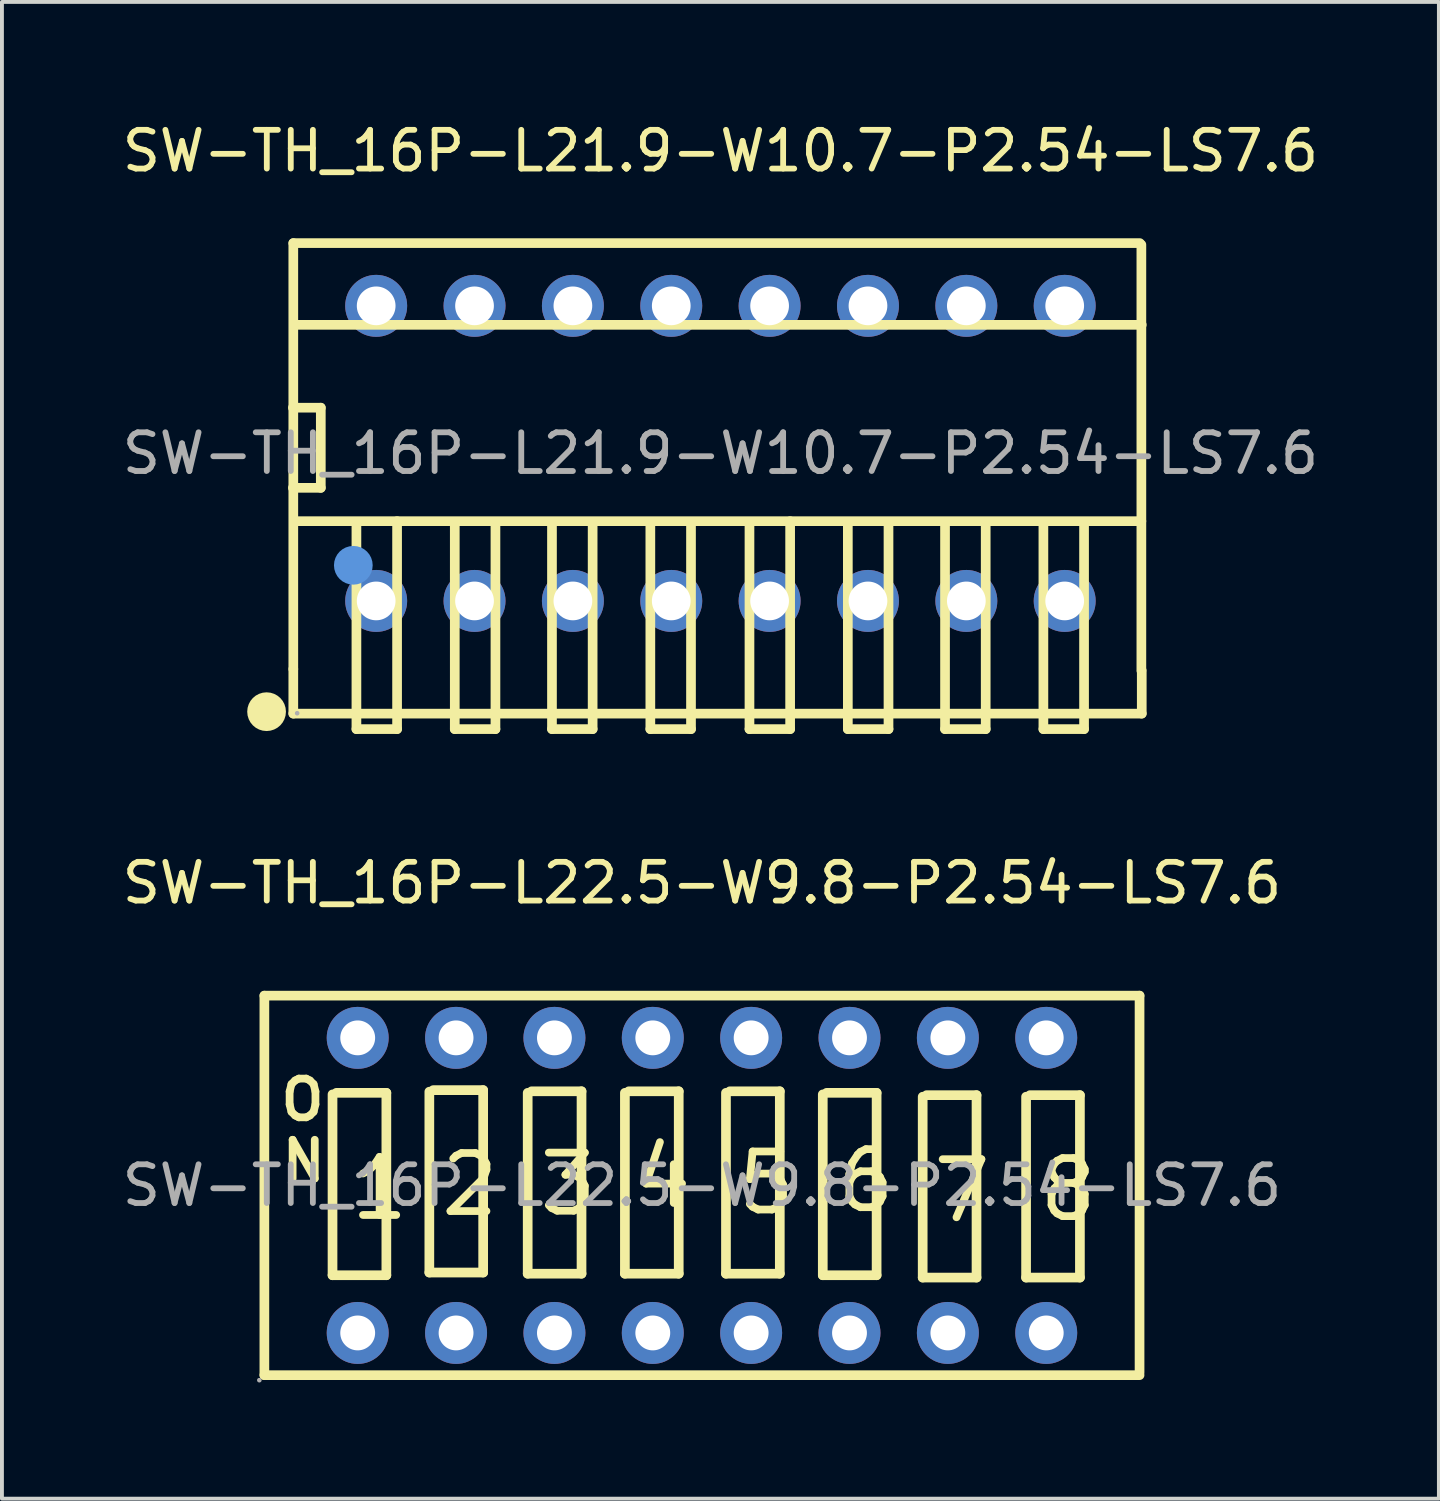
<source format=kicad_pcb>
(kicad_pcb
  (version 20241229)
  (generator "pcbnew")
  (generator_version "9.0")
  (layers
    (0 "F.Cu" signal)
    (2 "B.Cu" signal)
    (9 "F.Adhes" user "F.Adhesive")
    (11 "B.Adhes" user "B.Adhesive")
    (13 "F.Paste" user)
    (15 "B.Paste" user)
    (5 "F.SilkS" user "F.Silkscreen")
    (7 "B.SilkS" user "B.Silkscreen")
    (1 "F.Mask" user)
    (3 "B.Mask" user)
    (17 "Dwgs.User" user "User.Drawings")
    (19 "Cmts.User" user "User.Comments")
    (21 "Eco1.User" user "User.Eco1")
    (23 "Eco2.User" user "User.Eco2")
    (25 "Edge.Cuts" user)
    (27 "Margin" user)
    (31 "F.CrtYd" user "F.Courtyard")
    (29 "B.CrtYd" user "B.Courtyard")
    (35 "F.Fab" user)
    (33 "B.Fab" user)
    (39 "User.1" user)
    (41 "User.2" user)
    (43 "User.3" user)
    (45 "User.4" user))
  (footprint "SW-TH_16P-L21.9-W10.7-P2.54-LS7.6"
    (layer "F.Cu")
    (at 15.554 8.658)
    (property "Reference" "SW-TH_16P-L21.9-W10.7-P2.54-LS7.6" (at 0 -7.81 0) (layer "F.SilkS") (effects (font (size 1 1) (thickness 0.15))))
    (attr through_hole)
    (fp_line (start -11.04 -1.18) (end -10.32 -1.18) (stroke (width 0.25) (type solid)) (layer "F.SilkS"))
    (fp_line (start -11.03 -5.43) (end -11.03 5.57) (stroke (width 0.25) (type solid)) (layer "F.SilkS"))
    (fp_line (start -11.03 -5.43) (end 10.83 -5.43) (stroke (width 0.25) (type solid)) (layer "F.SilkS"))
    (fp_line (start -11.03 5.57) (end -11.03 6.72) (stroke (width 0.25) (type solid)) (layer "F.SilkS"))
    (fp_line (start -11.03 6.72) (end 10.88 6.72) (stroke (width 0.25) (type solid)) (layer "F.SilkS"))
    (fp_line (start -10.99 1.75) (end 10.87 1.75) (stroke (width 0.25) (type solid)) (layer "F.SilkS"))
    (fp_line (start -10.98 -3.32) (end 10.88 -3.32) (stroke (width 0.25) (type solid)) (layer "F.SilkS"))
    (fp_line (start -10.32 -1.18) (end -10.32 0.89) (stroke (width 0.25) (type solid)) (layer "F.SilkS"))
    (fp_line (start -10.32 0.89) (end -11.04 0.89) (stroke (width 0.25) (type solid)) (layer "F.SilkS"))
    (fp_line (start -9.4 1.78) (end -9.4 7.12) (stroke (width 0.25) (type solid)) (layer "F.SilkS"))
    (fp_line (start -9.4 7.12) (end -8.35 7.12) (stroke (width 0.25) (type solid)) (layer "F.SilkS"))
    (fp_line (start -8.35 7.12) (end -8.35 1.75) (stroke (width 0.25) (type solid)) (layer "F.SilkS"))
    (fp_line (start -6.86 1.83) (end -6.86 7.12) (stroke (width 0.25) (type solid)) (layer "F.SilkS"))
    (fp_line (start -6.86 7.12) (end -5.81 7.12) (stroke (width 0.25) (type solid)) (layer "F.SilkS"))
    (fp_line (start -5.81 7.12) (end -5.81 1.8) (stroke (width 0.25) (type solid)) (layer "F.SilkS"))
    (fp_line (start -4.35 1.84) (end -4.35 7.12) (stroke (width 0.25) (type solid)) (layer "F.SilkS"))
    (fp_line (start -4.35 7.12) (end -3.3 7.12) (stroke (width 0.25) (type solid)) (layer "F.SilkS"))
    (fp_line (start -3.3 7.12) (end -3.3 1.81) (stroke (width 0.25) (type solid)) (layer "F.SilkS"))
    (fp_line (start -1.81 1.83) (end -1.81 7.12) (stroke (width 0.25) (type solid)) (layer "F.SilkS"))
    (fp_line (start -1.81 7.12) (end -0.76 7.12) (stroke (width 0.25) (type solid)) (layer "F.SilkS"))
    (fp_line (start -0.76 7.12) (end -0.76 1.8) (stroke (width 0.25) (type solid)) (layer "F.SilkS"))
    (fp_line (start 0.75 1.78) (end 0.75 7.12) (stroke (width 0.25) (type solid)) (layer "F.SilkS"))
    (fp_line (start 0.75 7.12) (end 1.8 7.12) (stroke (width 0.25) (type solid)) (layer "F.SilkS"))
    (fp_line (start 1.8 7.12) (end 1.8 1.75) (stroke (width 0.25) (type solid)) (layer "F.SilkS"))
    (fp_line (start 3.29 1.83) (end 3.29 7.12) (stroke (width 0.25) (type solid)) (layer "F.SilkS"))
    (fp_line (start 3.29 7.12) (end 4.34 7.12) (stroke (width 0.25) (type solid)) (layer "F.SilkS"))
    (fp_line (start 4.34 7.12) (end 4.34 1.8) (stroke (width 0.25) (type solid)) (layer "F.SilkS"))
    (fp_line (start 5.8 1.84) (end 5.8 7.12) (stroke (width 0.25) (type solid)) (layer "F.SilkS"))
    (fp_line (start 5.8 7.12) (end 6.85 7.12) (stroke (width 0.25) (type solid)) (layer "F.SilkS"))
    (fp_line (start 6.85 7.12) (end 6.85 1.81) (stroke (width 0.25) (type solid)) (layer "F.SilkS"))
    (fp_line (start 8.34 1.83) (end 8.34 7.12) (stroke (width 0.25) (type solid)) (layer "F.SilkS"))
    (fp_line (start 8.34 7.12) (end 9.39 7.12) (stroke (width 0.25) (type solid)) (layer "F.SilkS"))
    (fp_line (start 9.39 7.12) (end 9.39 1.8) (stroke (width 0.25) (type solid)) (layer "F.SilkS"))
    (fp_line (start 10.87 5.61) (end 10.87 -5.39) (stroke (width 0.25) (type solid)) (layer "F.SilkS"))
    (fp_line (start 10.88 6.72) (end 10.88 5.61) (stroke (width 0.25) (type solid)) (layer "F.SilkS"))
    (fp_circle (center -11.72 6.67) (end -11.47 6.67) (stroke (width 0.5) (type solid)) (fill no) (layer "F.SilkS"))
    (fp_circle (center -9.48 2.89) (end -9.23 2.89) (stroke (width 0.5) (type solid)) (fill no) (layer "Cmts.User"))
    (fp_circle (center -10.93 6.71) (end -10.9 6.71) (stroke (width 0.06) (type solid)) (fill no) (layer "F.Fab"))
    (fp_text user "${REFERENCE}" (at 0 0 0) (layer "F.Fab") (effects (font (size 1 1) (thickness 0.15))))
    (pad "1" thru_hole circle (at -8.89 3.81) (size 1.6 1.6) (drill 1) (layers "*.Cu" "*.Paste" "*.Mask"))
    (pad "2" thru_hole circle (at -6.35 3.81) (size 1.6 1.6) (drill 1) (layers "*.Cu" "*.Paste" "*.Mask"))
    (pad "3" thru_hole circle (at -3.81 3.81) (size 1.6 1.6) (drill 1) (layers "*.Cu" "*.Paste" "*.Mask"))
    (pad "4" thru_hole circle (at -1.27 3.81) (size 1.6 1.6) (drill 1) (layers "*.Cu" "*.Paste" "*.Mask"))
    (pad "5" thru_hole circle (at 1.27 3.81) (size 1.6 1.6) (drill 1) (layers "*.Cu" "*.Paste" "*.Mask"))
    (pad "6" thru_hole circle (at 3.81 3.81) (size 1.6 1.6) (drill 1) (layers "*.Cu" "*.Paste" "*.Mask"))
    (pad "7" thru_hole circle (at 6.35 3.81) (size 1.6 1.6) (drill 1) (layers "*.Cu" "*.Paste" "*.Mask"))
    (pad "8" thru_hole circle (at 8.89 3.81) (size 1.6 1.6) (drill 1) (layers "*.Cu" "*.Paste" "*.Mask"))
    (pad "9" thru_hole circle (at 8.89 -3.81) (size 1.6 1.6) (drill 1) (layers "*.Cu" "*.Paste" "*.Mask"))
    (pad "10" thru_hole circle (at 6.35 -3.81) (size 1.6 1.6) (drill 1) (layers "*.Cu" "*.Paste" "*.Mask"))
    (pad "11" thru_hole circle (at 3.81 -3.81) (size 1.6 1.6) (drill 1) (layers "*.Cu" "*.Paste" "*.Mask"))
    (pad "12" thru_hole circle (at 1.27 -3.81) (size 1.6 1.6) (drill 1) (layers "*.Cu" "*.Paste" "*.Mask"))
    (pad "13" thru_hole circle (at -1.27 -3.81) (size 1.6 1.6) (drill 1) (layers "*.Cu" "*.Paste" "*.Mask"))
    (pad "14" thru_hole circle (at -3.81 -3.81) (size 1.6 1.6) (drill 1) (layers "*.Cu" "*.Paste" "*.Mask"))
    (pad "15" thru_hole circle (at -6.35 -3.81) (size 1.6 1.6) (drill 1) (layers "*.Cu" "*.Paste" "*.Mask"))
    (pad "16" thru_hole circle (at -8.89 -3.81) (size 1.6 1.6) (drill 1) (layers "*.Cu" "*.Paste" "*.Mask")))
  (footprint "SW-TH_16P-L22.5-W9.8-P2.54-LS7.6"
    (layer "F.Cu")
    (at 15.077 27.561)
    (property "Reference" "SW-TH_16P-L22.5-W9.8-P2.54-LS7.6" (at 0 -7.81 0) (layer "F.SilkS") (effects (font (size 1 1) (thickness 0.15))))
    (attr through_hole)
    (fp_line (start -11.3 -4.9) (end -11.3 4.9) (stroke (width 0.25) (type solid)) (layer "F.SilkS"))
    (fp_line (start -11.3 -4.9) (end 11.3 -4.9) (stroke (width 0.25) (type solid)) (layer "F.SilkS"))
    (fp_line (start -11.3 4.9) (end 11.3 4.9) (stroke (width 0.25) (type solid)) (layer "F.SilkS"))
    (fp_line (start -9.54 -2.35) (end -9.54 2.32) (stroke (width 0.25) (type solid)) (layer "F.SilkS"))
    (fp_line (start -9.54 2.32) (end -8.15 2.32) (stroke (width 0.25) (type solid)) (layer "F.SilkS"))
    (fp_line (start -8.15 -2.39) (end -9.44 -2.39) (stroke (width 0.25) (type solid)) (layer "F.SilkS"))
    (fp_line (start -8.15 2.32) (end -8.15 -2.39) (stroke (width 0.25) (type solid)) (layer "F.SilkS"))
    (fp_line (start -7.04 -2.42) (end -7.04 2.25) (stroke (width 0.25) (type solid)) (layer "F.SilkS"))
    (fp_line (start -7.04 2.25) (end -5.65 2.25) (stroke (width 0.25) (type solid)) (layer "F.SilkS"))
    (fp_line (start -5.65 -2.46) (end -6.94 -2.46) (stroke (width 0.25) (type solid)) (layer "F.SilkS"))
    (fp_line (start -5.65 2.25) (end -5.65 -2.46) (stroke (width 0.25) (type solid)) (layer "F.SilkS"))
    (fp_line (start -4.5 -2.39) (end -4.5 2.28) (stroke (width 0.25) (type solid)) (layer "F.SilkS"))
    (fp_line (start -4.5 2.28) (end -3.11 2.28) (stroke (width 0.25) (type solid)) (layer "F.SilkS"))
    (fp_line (start -3.11 -2.43) (end -4.4 -2.43) (stroke (width 0.25) (type solid)) (layer "F.SilkS"))
    (fp_line (start -3.11 2.28) (end -3.11 -2.43) (stroke (width 0.25) (type solid)) (layer "F.SilkS"))
    (fp_line (start -1.99 -2.39) (end -1.99 2.28) (stroke (width 0.25) (type solid)) (layer "F.SilkS"))
    (fp_line (start -1.99 2.28) (end -0.6 2.28) (stroke (width 0.25) (type solid)) (layer "F.SilkS"))
    (fp_line (start -0.6 -2.43) (end -1.89 -2.43) (stroke (width 0.25) (type solid)) (layer "F.SilkS"))
    (fp_line (start -0.6 2.28) (end -0.6 -2.43) (stroke (width 0.25) (type solid)) (layer "F.SilkS"))
    (fp_line (start 0.62 -2.39) (end 0.62 2.28) (stroke (width 0.25) (type solid)) (layer "F.SilkS"))
    (fp_line (start 0.62 2.28) (end 2.01 2.28) (stroke (width 0.25) (type solid)) (layer "F.SilkS"))
    (fp_line (start 2.01 -2.43) (end 0.72 -2.43) (stroke (width 0.25) (type solid)) (layer "F.SilkS"))
    (fp_line (start 2.01 2.28) (end 2.01 -2.43) (stroke (width 0.25) (type solid)) (layer "F.SilkS"))
    (fp_line (start 3.12 -2.35) (end 3.12 2.32) (stroke (width 0.25) (type solid)) (layer "F.SilkS"))
    (fp_line (start 3.12 2.32) (end 4.51 2.32) (stroke (width 0.25) (type solid)) (layer "F.SilkS"))
    (fp_line (start 4.51 -2.39) (end 3.22 -2.39) (stroke (width 0.25) (type solid)) (layer "F.SilkS"))
    (fp_line (start 4.51 2.32) (end 4.51 -2.39) (stroke (width 0.25) (type solid)) (layer "F.SilkS"))
    (fp_line (start 5.7 -2.29) (end 5.7 2.38) (stroke (width 0.25) (type solid)) (layer "F.SilkS"))
    (fp_line (start 5.7 2.38) (end 7.09 2.38) (stroke (width 0.25) (type solid)) (layer "F.SilkS"))
    (fp_line (start 7.09 -2.33) (end 5.8 -2.33) (stroke (width 0.25) (type solid)) (layer "F.SilkS"))
    (fp_line (start 7.09 2.38) (end 7.09 -2.33) (stroke (width 0.25) (type solid)) (layer "F.SilkS"))
    (fp_line (start 8.37 -2.29) (end 8.37 2.38) (stroke (width 0.25) (type solid)) (layer "F.SilkS"))
    (fp_line (start 8.37 2.38) (end 9.76 2.38) (stroke (width 0.25) (type solid)) (layer "F.SilkS"))
    (fp_line (start 9.76 -2.33) (end 8.47 -2.33) (stroke (width 0.25) (type solid)) (layer "F.SilkS"))
    (fp_line (start 9.76 2.38) (end 9.76 -2.33) (stroke (width 0.25) (type solid)) (layer "F.SilkS"))
    (fp_line (start 11.3 -4.9) (end 11.3 4.83) (stroke (width 0.25) (type solid)) (layer "F.SilkS"))
    (fp_circle (center -11.43 5.03) (end -11.4 5.03) (stroke (width 0.06) (type solid)) (fill no) (layer "F.Fab"))
    (fp_circle (center -8.89 -3.81) (end -8.71 -3.81) (stroke (width 0.35) (type solid)) (fill no) (layer "F.Fab"))
    (fp_circle (center -8.89 3.81) (end -8.71 3.81) (stroke (width 0.35) (type solid)) (fill no) (layer "F.Fab"))
    (fp_circle (center -6.35 -3.81) (end -6.17 -3.81) (stroke (width 0.35) (type solid)) (fill no) (layer "F.Fab"))
    (fp_circle (center -6.35 3.81) (end -6.17 3.81) (stroke (width 0.35) (type solid)) (fill no) (layer "F.Fab"))
    (fp_circle (center -3.81 -3.81) (end -3.63 -3.81) (stroke (width 0.35) (type solid)) (fill no) (layer "F.Fab"))
    (fp_circle (center -3.81 3.81) (end -3.63 3.81) (stroke (width 0.35) (type solid)) (fill no) (layer "F.Fab"))
    (fp_circle (center -1.27 -3.81) (end -1.09 -3.81) (stroke (width 0.35) (type solid)) (fill no) (layer "F.Fab"))
    (fp_circle (center -1.27 3.81) (end -1.09 3.81) (stroke (width 0.35) (type solid)) (fill no) (layer "F.Fab"))
    (fp_circle (center 1.27 -3.81) (end 1.45 -3.81) (stroke (width 0.35) (type solid)) (fill no) (layer "F.Fab"))
    (fp_circle (center 1.27 3.81) (end 1.45 3.81) (stroke (width 0.35) (type solid)) (fill no) (layer "F.Fab"))
    (fp_circle (center 3.81 -3.81) (end 3.99 -3.81) (stroke (width 0.35) (type solid)) (fill no) (layer "F.Fab"))
    (fp_circle (center 3.81 3.81) (end 3.99 3.81) (stroke (width 0.35) (type solid)) (fill no) (layer "F.Fab"))
    (fp_circle (center 6.35 -3.81) (end 6.53 -3.81) (stroke (width 0.35) (type solid)) (fill no) (layer "F.Fab"))
    (fp_circle (center 6.35 3.81) (end 6.53 3.81) (stroke (width 0.35) (type solid)) (fill no) (layer "F.Fab"))
    (fp_circle (center 8.89 -3.81) (end 9.07 -3.81) (stroke (width 0.35) (type solid)) (fill no) (layer "F.Fab"))
    (fp_circle (center 8.89 3.81) (end 9.07 3.81) (stroke (width 0.35) (type solid)) (fill no) (layer "F.Fab"))
    (fp_text user "1" (at -9.17 0.08 0) (layer "F.SilkS") (effects (font (size 1.5 1.5) (thickness 0.2)) (justify left)))
    (fp_text user "4" (at -1.86 -0.23 0) (layer "F.SilkS") (effects (font (size 1.5 1.5) (thickness 0.2)) (justify left)))
    (fp_text user "2" (at -6.84 -0.02 0) (layer "F.SilkS") (effects (font (size 1.5 1.5) (thickness 0.2)) (justify left)))
    (fp_text user "N" (at -10.94 -0.63 0) (layer "F.SilkS") (effects (font (size 1 1) (thickness 0.2)) (justify left)))
    (fp_text user "3" (at -4.3 -0.03 0) (layer "F.SilkS") (effects (font (size 1.5 1.5) (thickness 0.2)) (justify left)))
    (fp_text user "6" (at 3.39 -0.12 0) (layer "F.SilkS") (effects (font (size 1.5 1.5) (thickness 0.2)) (justify left)))
    (fp_text user "5" (at 0.82 -0.06 0) (layer "F.SilkS") (effects (font (size 1.5 1.5) (thickness 0.2)) (justify left)))
    (fp_text user "8" (at 8.61 0.11 0) (layer "F.SilkS") (effects (font (size 1.5 1.5) (thickness 0.2)) (justify left)))
    (fp_text user "O" (at -10.97 -2.21 0) (layer "F.SilkS") (effects (font (size 1 1) (thickness 0.2)) (justify left)))
    (fp_text user "7" (at 5.87 0.14 0) (layer "F.SilkS") (effects (font (size 1.5 1.5) (thickness 0.2)) (justify left)))
    (fp_text user "${REFERENCE}" (at 0 0 0) (layer "F.Fab") (effects (font (size 1 1) (thickness 0.15))))
    (pad "1" thru_hole circle (at -8.89 3.81) (size 1.6 1.6) (drill 0.9) (layers "*.Cu" "*.Paste" "*.Mask"))
    (pad "2" thru_hole circle (at -6.35 3.81) (size 1.6 1.6) (drill 0.9) (layers "*.Cu" "*.Paste" "*.Mask"))
    (pad "3" thru_hole circle (at -3.81 3.81) (size 1.6 1.6) (drill 0.9) (layers "*.Cu" "*.Paste" "*.Mask"))
    (pad "4" thru_hole circle (at -1.27 3.81) (size 1.6 1.6) (drill 0.9) (layers "*.Cu" "*.Paste" "*.Mask"))
    (pad "5" thru_hole circle (at 1.27 3.81) (size 1.6 1.6) (drill 0.9) (layers "*.Cu" "*.Paste" "*.Mask"))
    (pad "6" thru_hole circle (at 3.81 3.81) (size 1.6 1.6) (drill 0.9) (layers "*.Cu" "*.Paste" "*.Mask"))
    (pad "7" thru_hole circle (at 6.35 3.81) (size 1.6 1.6) (drill 0.9) (layers "*.Cu" "*.Paste" "*.Mask"))
    (pad "8" thru_hole circle (at 8.89 3.81) (size 1.6 1.6) (drill 0.9) (layers "*.Cu" "*.Paste" "*.Mask"))
    (pad "9" thru_hole circle (at 8.89 -3.81) (size 1.6 1.6) (drill 0.9) (layers "*.Cu" "*.Paste" "*.Mask"))
    (pad "10" thru_hole circle (at 6.35 -3.81) (size 1.6 1.6) (drill 0.9) (layers "*.Cu" "*.Paste" "*.Mask"))
    (pad "11" thru_hole circle (at 3.81 -3.81) (size 1.6 1.6) (drill 0.9) (layers "*.Cu" "*.Paste" "*.Mask"))
    (pad "12" thru_hole circle (at 1.27 -3.81) (size 1.6 1.6) (drill 0.9) (layers "*.Cu" "*.Paste" "*.Mask"))
    (pad "13" thru_hole circle (at -1.27 -3.81) (size 1.6 1.6) (drill 0.9) (layers "*.Cu" "*.Paste" "*.Mask"))
    (pad "14" thru_hole circle (at -3.81 -3.81) (size 1.6 1.6) (drill 0.9) (layers "*.Cu" "*.Paste" "*.Mask"))
    (pad "15" thru_hole circle (at -6.35 -3.81) (size 1.6 1.6) (drill 0.9) (layers "*.Cu" "*.Paste" "*.Mask"))
    (pad "16" thru_hole circle (at -8.89 -3.81) (size 1.6 1.6) (drill 0.9) (layers "*.Cu" "*.Paste" "*.Mask")))
  (gr_rect
    (start -3 -3)
    (end 34.107 35.651)
    (stroke (width 0.1) (type default))
    (fill no)
    (layer "Edge.Cuts")))
</source>
